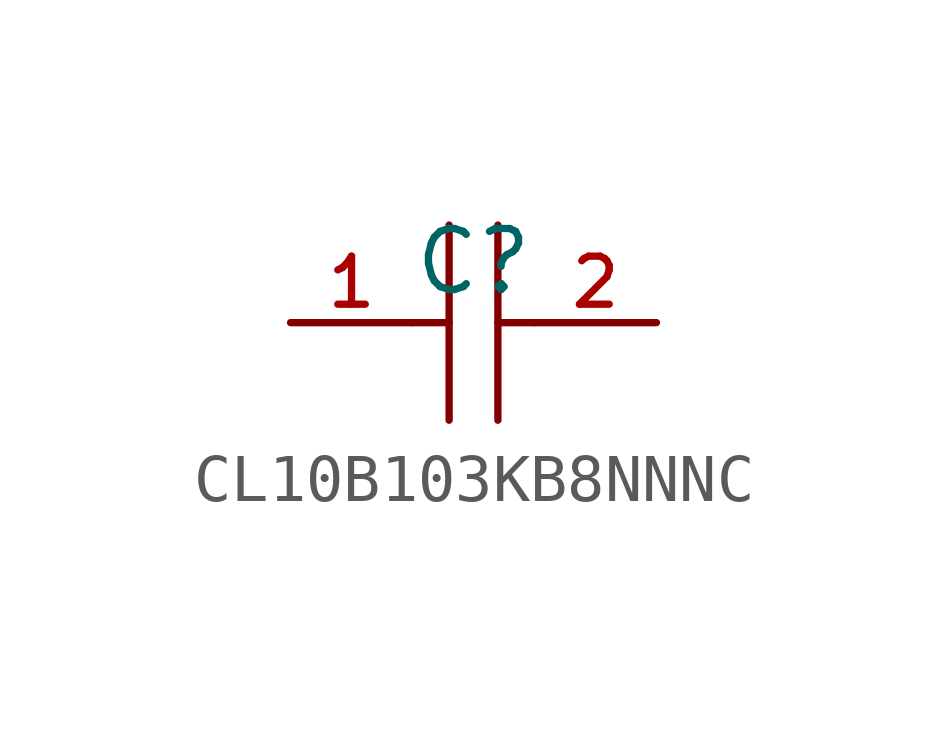
<source format=kicad_sym>
(kicad_symbol_lib
  (version 20210201)
  (generator TousstNicolas/JLC2KiCad_lib)
  (symbol "CL10B103KB8NNNC"
    (pin_names hide)
    (property "Reference" "C"
      (at 0 1.27 0)
      (effects (font (size 1.27 1.27))))
    (symbol "CL10B103KB8NNNC_0_1"
      (polyline (pts (xy -0.508 2.032) (xy -0.508 -2.032)) (stroke (width 0) (type default) (color 0 0 0 0)) (fill (type none)))
      (polyline (pts (xy 0.508 2.032) (xy 0.508 -2.032)) (stroke (width 0) (type default) (color 0 0 0 0)) (fill (type none)))
      (pin input line (at -3.81 -0.0 0) (length 2.54) (name "1" (effects (font (size 1 1)))) (number "1" (effects (font (size 1 1)))))
      (pin input line (at 3.81 -0.0 180) (length 2.54) (name "2" (effects (font (size 1 1)))) (number "2" (effects (font (size 1 1)))))
      (polyline (pts (xy -1.27 -0.0) (xy -0.508 -0.0)) (stroke (width 0) (type default) (color 0 0 0 0)) (fill (type none)))
      (polyline (pts (xy 0.508 -0.0) (xy 1.27 -0.0)) (stroke (width 0) (type default) (color 0 0 0 0)) (fill (type none))))))
</source>
